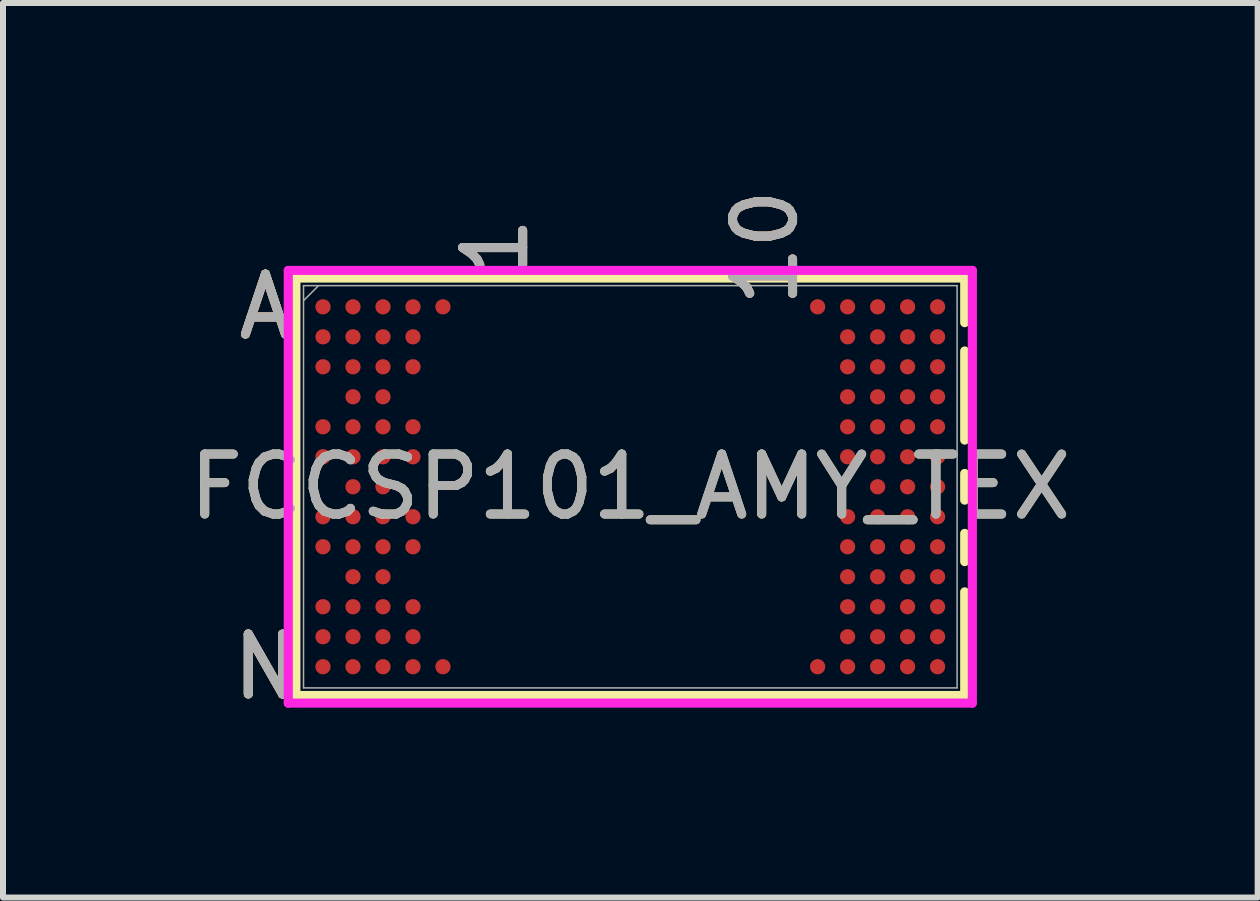
<source format=kicad_pcb>
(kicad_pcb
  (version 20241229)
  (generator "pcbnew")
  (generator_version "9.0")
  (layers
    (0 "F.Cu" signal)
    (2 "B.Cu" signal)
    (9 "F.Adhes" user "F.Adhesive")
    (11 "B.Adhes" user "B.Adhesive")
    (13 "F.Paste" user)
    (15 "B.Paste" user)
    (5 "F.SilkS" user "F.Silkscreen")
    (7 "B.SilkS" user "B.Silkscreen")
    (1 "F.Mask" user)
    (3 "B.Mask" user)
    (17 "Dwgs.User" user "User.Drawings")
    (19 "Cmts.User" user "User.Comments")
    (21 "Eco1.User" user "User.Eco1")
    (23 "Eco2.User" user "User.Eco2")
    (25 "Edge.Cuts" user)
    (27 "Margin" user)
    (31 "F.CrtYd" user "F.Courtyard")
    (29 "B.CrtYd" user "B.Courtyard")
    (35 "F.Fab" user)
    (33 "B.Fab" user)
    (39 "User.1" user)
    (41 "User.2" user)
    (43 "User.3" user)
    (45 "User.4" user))
  (footprint "FCCSP101_AMY_TEX"
    (layer "F.Cu")
    (at 7.458 5.065)
    (property "Reference" "FCCSP101_AMY_TEX" (at 0 0 0) (unlocked yes) (layer "F.SilkS") (effects (font (size 1 1) (thickness 0.15))))
    (attr smd)
    (fp_line (start -5.575 -3.48) (end 5.575 -3.48) (stroke (width 0.152) (type solid)) (layer "F.SilkS"))
    (fp_line (start -5.575 3.48) (end -5.575 -3.48) (stroke (width 0.152) (type solid)) (layer "F.SilkS"))
    (fp_line (start 5.575 -3.48) (end 5.575 -2.736) (stroke (width 0.152) (type solid)) (layer "F.SilkS"))
    (fp_line (start 5.575 -2.264) (end 5.575 -0.778) (stroke (width 0.152) (type solid)) (layer "F.SilkS"))
    (fp_line (start 5.575 -0.222) (end 5.575 0.223) (stroke (width 0.152) (type solid)) (layer "F.SilkS"))
    (fp_line (start 5.575 0.777) (end 5.575 1.248) (stroke (width 0.152) (type solid)) (layer "F.SilkS"))
    (fp_line (start 5.575 1.752) (end 5.575 3.48) (stroke (width 0.152) (type solid)) (layer "F.SilkS"))
    (fp_line (start 5.575 3.48) (end -5.575 3.48) (stroke (width 0.152) (type solid)) (layer "F.SilkS"))
    (fp_poly (pts (xy -2.945 -3.695) (xy 2.945 -3.695) (xy 2.945 3.695) (xy -2.945 3.695)) (stroke (width 0.1) (type solid)) (fill no) (layer "Eco2.User"))
    (fp_line (start -5.702 -3.607) (end -5.702 3.607) (stroke (width 0.152) (type solid)) (layer "F.CrtYd"))
    (fp_line (start -5.702 3.607) (end 5.702 3.607) (stroke (width 0.152) (type solid)) (layer "F.CrtYd"))
    (fp_line (start 5.702 -3.607) (end -5.702 -3.607) (stroke (width 0.152) (type solid)) (layer "F.CrtYd"))
    (fp_line (start 5.702 3.607) (end 5.702 -3.607) (stroke (width 0.152) (type solid)) (layer "F.CrtYd"))
    (fp_line (start -5.448 -3.353) (end -5.448 3.353) (stroke (width 0.025) (type solid)) (layer "F.Fab"))
    (fp_line (start -5.448 3.353) (end 5.448 3.353) (stroke (width 0.025) (type solid)) (layer "F.Fab"))
    (fp_line (start -5.198 -3.353) (end -5.448 -3.103) (stroke (width 0.025) (type solid)) (layer "F.Fab"))
    (fp_line (start 5.448 -3.353) (end -5.448 -3.353) (stroke (width 0.025) (type solid)) (layer "F.Fab"))
    (fp_line (start 5.448 3.353) (end 5.448 -3.353) (stroke (width 0.025) (type solid)) (layer "F.Fab"))
    (fp_text user "N" (at -6.083 3 0) (unlocked yes) (layer "F.SilkS") (effects (font (size 1 1) (thickness 0.15))))
    (fp_text user "A" (at -6.083 -3 0) (unlocked yes) (layer "F.SilkS") (effects (font (size 1 1) (thickness 0.15))))
    (fp_text user "1" (at -2.25 -3.988 90) (unlocked yes) (layer "F.SilkS") (effects (font (size 1 1) (thickness 0.15))))
    (fp_text user "10" (at 2.25 -3.988 90) (unlocked yes) (layer "F.SilkS") (effects (font (size 1 1) (thickness 0.15))))
    (fp_text user "N" (at -6.083 3 0) (unlocked yes) (layer "B.SilkS") (effects (font (size 1 1) (thickness 0.15))))
    (fp_text user "1" (at -2.25 -3.988 90) (unlocked yes) (layer "B.SilkS") (effects (font (size 1 1) (thickness 0.15))))
    (fp_text user "10" (at 2.25 -3.988 90) (unlocked yes) (layer "B.SilkS") (effects (font (size 1 1) (thickness 0.15))))
    (fp_text user "A" (at -6.083 -3 0) (unlocked yes) (layer "B.SilkS") (effects (font (size 1 1) (thickness 0.15))))
    (fp_text user "N" (at -6.083 3 0) (unlocked yes) (layer "F.Fab") (effects (font (size 1 1) (thickness 0.15))))
    (fp_text user "A" (at -6.083 -3 0) (unlocked yes) (layer "F.Fab") (effects (font (size 1 1) (thickness 0.15))))
    (fp_text user "1" (at -2.25 -3.988 90) (unlocked yes) (layer "F.Fab") (effects (font (size 1 1) (thickness 0.15))))
    (fp_text user "${REFERENCE}" (at 0 0 0) (unlocked yes) (layer "F.Fab") (effects (font (size 1 1) (thickness 0.15))))
    (fp_text user "10" (at 2.25 -3.988 90) (unlocked yes) (layer "F.Fab") (effects (font (size 1 1) (thickness 0.15))))
    (pad "A1" smd circle (at -5.123 -3) (size 0.254 0.254) (layers "F.Cu" "F.Mask" "F.Paste"))
    (pad "A2" smd circle (at -4.623 -3) (size 0.254 0.254) (layers "F.Cu" "F.Mask" "F.Paste"))
    (pad "A3" smd circle (at -4.123 -3) (size 0.254 0.254) (layers "F.Cu" "F.Mask" "F.Paste"))
    (pad "A4" smd circle (at -3.623 -3) (size 0.254 0.254) (layers "F.Cu" "F.Mask" "F.Paste"))
    (pad "A5" smd circle (at -3.123 -3) (size 0.254 0.254) (layers "F.Cu" "F.Mask" "F.Paste"))
    (pad "A6" smd circle (at 3.123 -3) (size 0.254 0.254) (layers "F.Cu" "F.Mask" "F.Paste"))
    (pad "A7" smd circle (at 3.623 -3) (size 0.254 0.254) (layers "F.Cu" "F.Mask" "F.Paste"))
    (pad "A8" smd circle (at 4.123 -3) (size 0.254 0.254) (layers "F.Cu" "F.Mask" "F.Paste"))
    (pad "A9" smd circle (at 4.623 -3) (size 0.254 0.254) (layers "F.Cu" "F.Mask" "F.Paste"))
    (pad "A10" smd circle (at 5.123 -3) (size 0.254 0.254) (layers "F.Cu" "F.Mask" "F.Paste"))
    (pad "B1" smd circle (at -5.123 -2.5) (size 0.254 0.254) (layers "F.Cu" "F.Mask" "F.Paste"))
    (pad "B2" smd circle (at -4.623 -2.5) (size 0.254 0.254) (layers "F.Cu" "F.Mask" "F.Paste"))
    (pad "B3" smd circle (at -4.123 -2.5) (size 0.254 0.254) (layers "F.Cu" "F.Mask" "F.Paste"))
    (pad "B4" smd circle (at -3.623 -2.5) (size 0.254 0.254) (layers "F.Cu" "F.Mask" "F.Paste"))
    (pad "B7" smd circle (at 3.623 -2.5) (size 0.254 0.254) (layers "F.Cu" "F.Mask" "F.Paste"))
    (pad "B8" smd circle (at 4.123 -2.5) (size 0.254 0.254) (layers "F.Cu" "F.Mask" "F.Paste"))
    (pad "B9" smd circle (at 4.623 -2.5) (size 0.254 0.254) (layers "F.Cu" "F.Mask" "F.Paste"))
    (pad "B10" smd circle (at 5.123 -2.5) (size 0.254 0.254) (layers "F.Cu" "F.Mask" "F.Paste"))
    (pad "C1" smd circle (at -5.123 -2) (size 0.254 0.254) (layers "F.Cu" "F.Mask" "F.Paste"))
    (pad "C2" smd circle (at -4.623 -2) (size 0.254 0.254) (layers "F.Cu" "F.Mask" "F.Paste"))
    (pad "C3" smd circle (at -4.123 -2) (size 0.254 0.254) (layers "F.Cu" "F.Mask" "F.Paste"))
    (pad "C4" smd circle (at -3.623 -2) (size 0.254 0.254) (layers "F.Cu" "F.Mask" "F.Paste"))
    (pad "C7" smd circle (at 3.623 -2) (size 0.254 0.254) (layers "F.Cu" "F.Mask" "F.Paste"))
    (pad "C8" smd circle (at 4.123 -2) (size 0.254 0.254) (layers "F.Cu" "F.Mask" "F.Paste"))
    (pad "C9" smd circle (at 4.623 -2) (size 0.254 0.254) (layers "F.Cu" "F.Mask" "F.Paste"))
    (pad "C10" smd circle (at 5.123 -2) (size 0.254 0.254) (layers "F.Cu" "F.Mask" "F.Paste"))
    (pad "D2" smd circle (at -4.623 -1.5) (size 0.254 0.254) (layers "F.Cu" "F.Mask" "F.Paste"))
    (pad "D3" smd circle (at -4.123 -1.5) (size 0.254 0.254) (layers "F.Cu" "F.Mask" "F.Paste"))
    (pad "D7" smd circle (at 3.623 -1.5) (size 0.254 0.254) (layers "F.Cu" "F.Mask" "F.Paste"))
    (pad "D8" smd circle (at 4.123 -1.5) (size 0.254 0.254) (layers "F.Cu" "F.Mask" "F.Paste"))
    (pad "D9" smd circle (at 4.623 -1.5) (size 0.254 0.254) (layers "F.Cu" "F.Mask" "F.Paste"))
    (pad "D10" smd circle (at 5.123 -1.5) (size 0.254 0.254) (layers "F.Cu" "F.Mask" "F.Paste"))
    (pad "E1" smd circle (at -5.123 -1) (size 0.254 0.254) (layers "F.Cu" "F.Mask" "F.Paste"))
    (pad "E2" smd circle (at -4.623 -1) (size 0.254 0.254) (layers "F.Cu" "F.Mask" "F.Paste"))
    (pad "E3" smd circle (at -4.123 -1) (size 0.254 0.254) (layers "F.Cu" "F.Mask" "F.Paste"))
    (pad "E4" smd circle (at -3.623 -1) (size 0.254 0.254) (layers "F.Cu" "F.Mask" "F.Paste"))
    (pad "E7" smd circle (at 3.623 -1) (size 0.254 0.254) (layers "F.Cu" "F.Mask" "F.Paste"))
    (pad "E8" smd circle (at 4.123 -1) (size 0.254 0.254) (layers "F.Cu" "F.Mask" "F.Paste"))
    (pad "E9" smd circle (at 4.623 -1) (size 0.254 0.254) (layers "F.Cu" "F.Mask" "F.Paste"))
    (pad "E10" smd circle (at 5.123 -1) (size 0.254 0.254) (layers "F.Cu" "F.Mask" "F.Paste"))
    (pad "F1" smd circle (at -5.123 -0.5) (size 0.254 0.254) (layers "F.Cu" "F.Mask" "F.Paste"))
    (pad "F2" smd circle (at -4.623 -0.5) (size 0.254 0.254) (layers "F.Cu" "F.Mask" "F.Paste"))
    (pad "F3" smd circle (at -4.123 -0.5) (size 0.254 0.254) (layers "F.Cu" "F.Mask" "F.Paste"))
    (pad "F4" smd circle (at -3.623 -0.5) (size 0.254 0.254) (layers "F.Cu" "F.Mask" "F.Paste"))
    (pad "F7" smd circle (at 3.623 -0.5) (size 0.254 0.254) (layers "F.Cu" "F.Mask" "F.Paste"))
    (pad "F8" smd circle (at 4.123 -0.5) (size 0.254 0.254) (layers "F.Cu" "F.Mask" "F.Paste"))
    (pad "F9" smd circle (at 4.623 -0.5) (size 0.254 0.254) (layers "F.Cu" "F.Mask" "F.Paste"))
    (pad "F10" smd circle (at 5.123 -0.5) (size 0.254 0.254) (layers "F.Cu" "F.Mask" "F.Paste"))
    (pad "G2" smd circle (at -4.623 0) (size 0.254 0.254) (layers "F.Cu" "F.Mask" "F.Paste"))
    (pad "G3" smd circle (at -4.123 0) (size 0.254 0.254) (layers "F.Cu" "F.Mask" "F.Paste"))
    (pad "G8" smd circle (at 4.123 0) (size 0.254 0.254) (layers "F.Cu" "F.Mask" "F.Paste"))
    (pad "G9" smd circle (at 4.623 0) (size 0.254 0.254) (layers "F.Cu" "F.Mask" "F.Paste"))
    (pad "G10" smd circle (at 5.123 0) (size 0.254 0.254) (layers "F.Cu" "F.Mask" "F.Paste"))
    (pad "H1" smd circle (at -5.123 0.5) (size 0.254 0.254) (layers "F.Cu" "F.Mask" "F.Paste"))
    (pad "H2" smd circle (at -4.623 0.5) (size 0.254 0.254) (layers "F.Cu" "F.Mask" "F.Paste"))
    (pad "H3" smd circle (at -4.123 0.5) (size 0.254 0.254) (layers "F.Cu" "F.Mask" "F.Paste"))
    (pad "H4" smd circle (at -3.623 0.5) (size 0.254 0.254) (layers "F.Cu" "F.Mask" "F.Paste"))
    (pad "H7" smd circle (at 3.623 0.5) (size 0.254 0.254) (layers "F.Cu" "F.Mask" "F.Paste"))
    (pad "H8" smd circle (at 4.123 0.5) (size 0.254 0.254) (layers "F.Cu" "F.Mask" "F.Paste"))
    (pad "H9" smd circle (at 4.623 0.5) (size 0.254 0.254) (layers "F.Cu" "F.Mask" "F.Paste"))
    (pad "H10" smd circle (at 5.123 0.5) (size 0.254 0.254) (layers "F.Cu" "F.Mask" "F.Paste"))
    (pad "J1" smd circle (at -5.123 1) (size 0.254 0.254) (layers "F.Cu" "F.Mask" "F.Paste"))
    (pad "J2" smd circle (at -4.623 1) (size 0.254 0.254) (layers "F.Cu" "F.Mask" "F.Paste"))
    (pad "J3" smd circle (at -4.123 1) (size 0.254 0.254) (layers "F.Cu" "F.Mask" "F.Paste"))
    (pad "J4" smd circle (at -3.623 1) (size 0.254 0.254) (layers "F.Cu" "F.Mask" "F.Paste"))
    (pad "J7" smd circle (at 3.623 1) (size 0.254 0.254) (layers "F.Cu" "F.Mask" "F.Paste"))
    (pad "J8" smd circle (at 4.123 1) (size 0.254 0.254) (layers "F.Cu" "F.Mask" "F.Paste"))
    (pad "J9" smd circle (at 4.623 1) (size 0.254 0.254) (layers "F.Cu" "F.Mask" "F.Paste"))
    (pad "J10" smd circle (at 5.123 1) (size 0.254 0.254) (layers "F.Cu" "F.Mask" "F.Paste"))
    (pad "K2" smd circle (at -4.623 1.5) (size 0.254 0.254) (layers "F.Cu" "F.Mask" "F.Paste"))
    (pad "K3" smd circle (at -4.123 1.5) (size 0.254 0.254) (layers "F.Cu" "F.Mask" "F.Paste"))
    (pad "K7" smd circle (at 3.623 1.5) (size 0.254 0.254) (layers "F.Cu" "F.Mask" "F.Paste"))
    (pad "K8" smd circle (at 4.123 1.5) (size 0.254 0.254) (layers "F.Cu" "F.Mask" "F.Paste"))
    (pad "K9" smd circle (at 4.623 1.5) (size 0.254 0.254) (layers "F.Cu" "F.Mask" "F.Paste"))
    (pad "K10" smd circle (at 5.123 1.5) (size 0.254 0.254) (layers "F.Cu" "F.Mask" "F.Paste"))
    (pad "L1" smd circle (at -5.123 2) (size 0.254 0.254) (layers "F.Cu" "F.Mask" "F.Paste"))
    (pad "L2" smd circle (at -4.623 2) (size 0.254 0.254) (layers "F.Cu" "F.Mask" "F.Paste"))
    (pad "L3" smd circle (at -4.123 2) (size 0.254 0.254) (layers "F.Cu" "F.Mask" "F.Paste"))
    (pad "L4" smd circle (at -3.623 2) (size 0.254 0.254) (layers "F.Cu" "F.Mask" "F.Paste"))
    (pad "L7" smd circle (at 3.623 2) (size 0.254 0.254) (layers "F.Cu" "F.Mask" "F.Paste"))
    (pad "L8" smd circle (at 4.123 2) (size 0.254 0.254) (layers "F.Cu" "F.Mask" "F.Paste"))
    (pad "L9" smd circle (at 4.623 2) (size 0.254 0.254) (layers "F.Cu" "F.Mask" "F.Paste"))
    (pad "L10" smd circle (at 5.123 2) (size 0.254 0.254) (layers "F.Cu" "F.Mask" "F.Paste"))
    (pad "M1" smd circle (at -5.123 2.5) (size 0.254 0.254) (layers "F.Cu" "F.Mask" "F.Paste"))
    (pad "M2" smd circle (at -4.623 2.5) (size 0.254 0.254) (layers "F.Cu" "F.Mask" "F.Paste"))
    (pad "M3" smd circle (at -4.123 2.5) (size 0.254 0.254) (layers "F.Cu" "F.Mask" "F.Paste"))
    (pad "M4" smd circle (at -3.623 2.5) (size 0.254 0.254) (layers "F.Cu" "F.Mask" "F.Paste"))
    (pad "M7" smd circle (at 3.623 2.5) (size 0.254 0.254) (layers "F.Cu" "F.Mask" "F.Paste"))
    (pad "M8" smd circle (at 4.123 2.5) (size 0.254 0.254) (layers "F.Cu" "F.Mask" "F.Paste"))
    (pad "M9" smd circle (at 4.623 2.5) (size 0.254 0.254) (layers "F.Cu" "F.Mask" "F.Paste"))
    (pad "M10" smd circle (at 5.123 2.5) (size 0.254 0.254) (layers "F.Cu" "F.Mask" "F.Paste"))
    (pad "N1" smd circle (at -5.123 3) (size 0.254 0.254) (layers "F.Cu" "F.Mask" "F.Paste"))
    (pad "N2" smd circle (at -4.623 3) (size 0.254 0.254) (layers "F.Cu" "F.Mask" "F.Paste"))
    (pad "N3" smd circle (at -4.123 3) (size 0.254 0.254) (layers "F.Cu" "F.Mask" "F.Paste"))
    (pad "N4" smd circle (at -3.623 3) (size 0.254 0.254) (layers "F.Cu" "F.Mask" "F.Paste"))
    (pad "N5" smd circle (at -3.123 3) (size 0.254 0.254) (layers "F.Cu" "F.Mask" "F.Paste"))
    (pad "N6" smd circle (at 3.123 3) (size 0.254 0.254) (layers "F.Cu" "F.Mask" "F.Paste"))
    (pad "N7" smd circle (at 3.623 3) (size 0.254 0.254) (layers "F.Cu" "F.Mask" "F.Paste"))
    (pad "N8" smd circle (at 4.123 3) (size 0.254 0.254) (layers "F.Cu" "F.Mask" "F.Paste"))
    (pad "N9" smd circle (at 4.623 3) (size 0.254 0.254) (layers "F.Cu" "F.Mask" "F.Paste"))
    (pad "N10" smd circle (at 5.123 3) (size 0.254 0.254) (layers "F.Cu" "F.Mask" "F.Paste")))
  (gr_rect
    (start -3 -3)
    (end 17.917 11.913)
    (stroke (width 0.1) (type default))
    (fill no)
    (layer "Edge.Cuts")))
</source>
